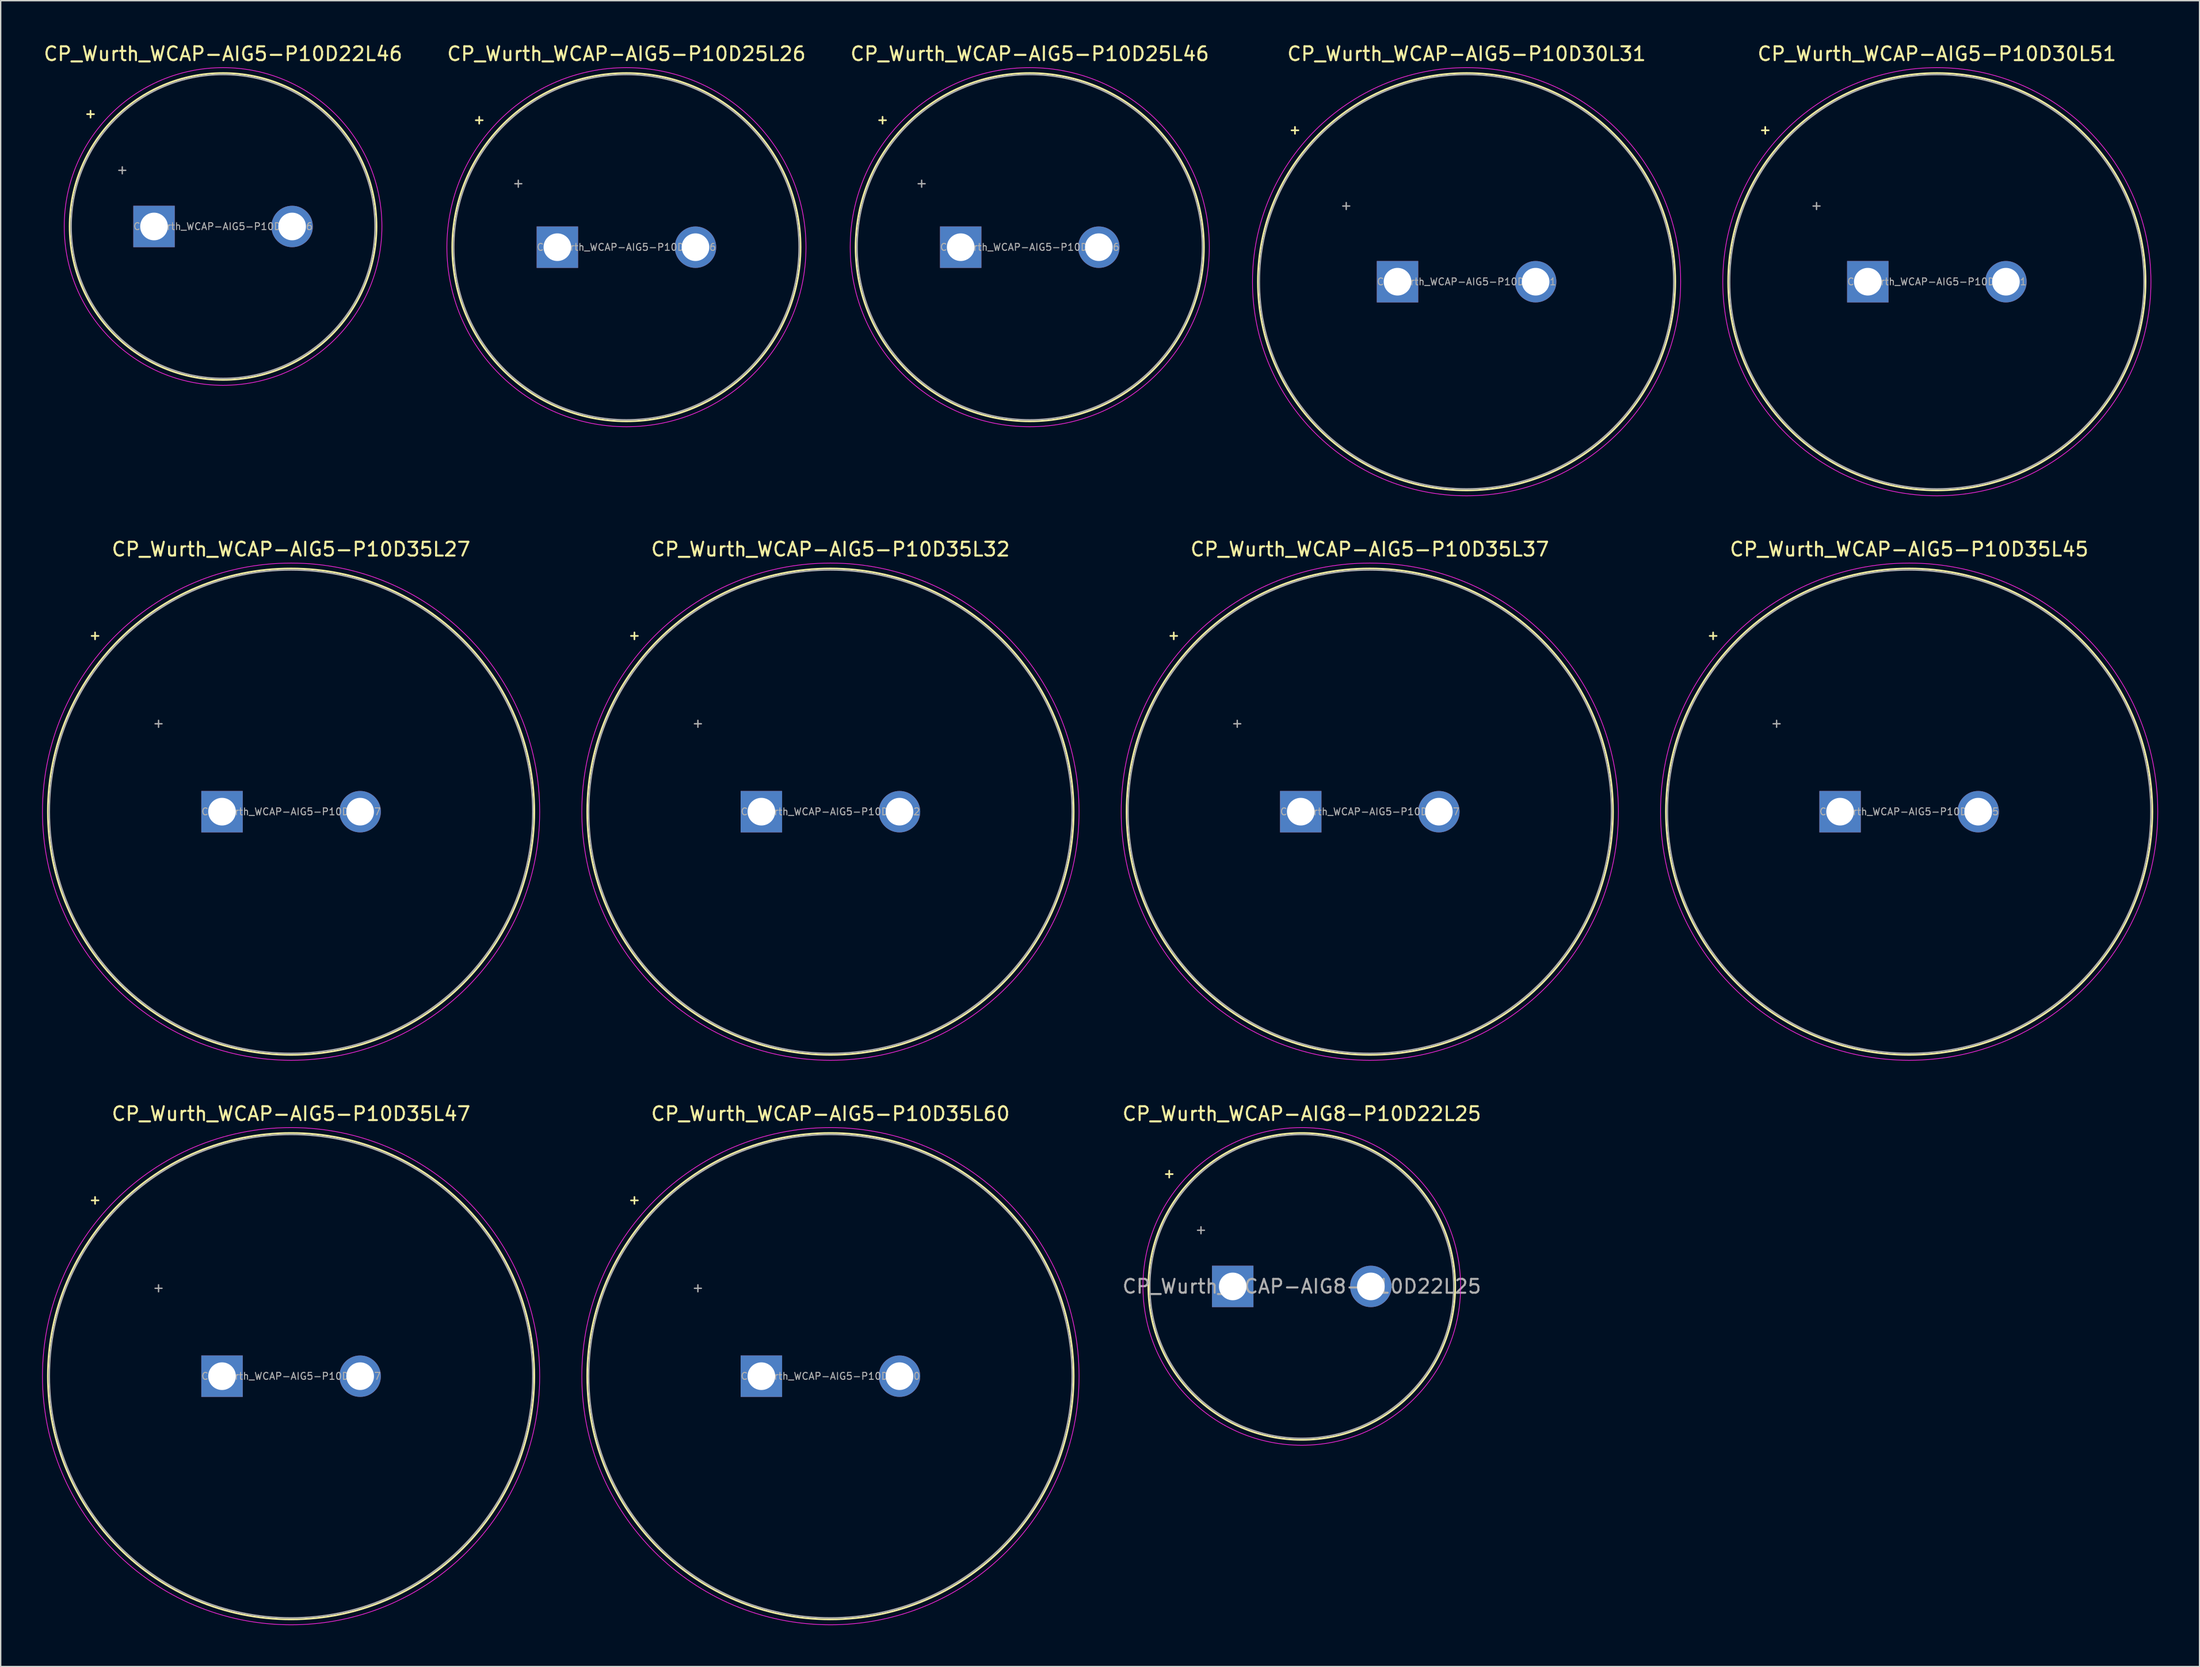
<source format=kicad_pcb>
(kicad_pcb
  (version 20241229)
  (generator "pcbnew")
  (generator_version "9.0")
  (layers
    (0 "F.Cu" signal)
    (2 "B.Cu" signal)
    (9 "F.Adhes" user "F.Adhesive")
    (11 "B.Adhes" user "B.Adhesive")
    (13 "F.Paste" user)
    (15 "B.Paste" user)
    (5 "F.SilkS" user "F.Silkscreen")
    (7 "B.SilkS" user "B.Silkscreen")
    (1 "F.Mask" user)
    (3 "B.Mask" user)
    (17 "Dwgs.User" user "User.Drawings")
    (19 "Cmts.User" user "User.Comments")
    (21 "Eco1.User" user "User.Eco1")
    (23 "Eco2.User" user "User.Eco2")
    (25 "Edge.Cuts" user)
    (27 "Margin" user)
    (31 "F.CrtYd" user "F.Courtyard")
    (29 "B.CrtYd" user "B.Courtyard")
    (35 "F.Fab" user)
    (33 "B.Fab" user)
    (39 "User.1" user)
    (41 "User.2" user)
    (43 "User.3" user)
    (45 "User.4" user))
  (footprint "CP_Wurth_WCAP-AIG5-P10D25L46"
    (layer "F.Cu")
    (at 66.506 14.848)
    (property "Reference" "CP_Wurth_WCAP-AIG5-P10D25L46" (at 5 -14 0) (unlocked yes) (layer "F.SilkS") (effects (font (size 1 1) (thickness 0.15))))
    (attr through_hole)
    (fp_line (start -5.907 -9.192) (end -5.407 -9.192) (stroke (width 0.12) (type solid)) (layer "F.SilkS"))
    (fp_line (start -5.657 -8.942) (end -5.657 -9.442) (stroke (width 0.12) (type solid)) (layer "F.SilkS"))
    (fp_circle (center 5 0) (end 17.61 0) (stroke (width 0.12) (type solid)) (fill no) (layer "F.SilkS"))
    (fp_circle (center 5 0) (end 18 0) (stroke (width 0.05) (type solid)) (fill no) (layer "F.CrtYd"))
    (fp_line (start -3.078 -4.596) (end -2.578 -4.596) (stroke (width 0.1) (type default)) (layer "F.Fab"))
    (fp_line (start -2.828 -4.346) (end -2.828 -4.846) (stroke (width 0.1) (type default)) (layer "F.Fab"))
    (fp_circle (center 5 0) (end 17.5 0) (stroke (width 0.1) (type solid)) (fill no) (layer "F.Fab"))
    (fp_text user "${REFERENCE}" (at 5 0 0) (unlocked yes) (layer "F.Fab") (effects (font (size 0.5 0.5) (thickness 0.075))))
    (pad "1" thru_hole rect (at 0 0) (size 3 3) (drill 2) (layers "*.Cu" "*.Mask"))
    (pad "2" thru_hole circle (at 10 0) (size 3 3) (drill 2) (layers "*.Cu" "*.Mask")))
  (footprint "CP_Wurth_WCAP-AIG5-P10D30L31"
    (layer "F.Cu")
    (at 98.132 17.348)
    (property "Reference" "CP_Wurth_WCAP-AIG5-P10D30L31" (at 5 -16.5 0) (unlocked yes) (layer "F.SilkS") (effects (font (size 1 1) (thickness 0.15))))
    (attr through_hole)
    (fp_line (start -7.675 -10.96) (end -7.175 -10.96) (stroke (width 0.12) (type solid)) (layer "F.SilkS"))
    (fp_line (start -7.425 -10.71) (end -7.425 -11.21) (stroke (width 0.12) (type solid)) (layer "F.SilkS"))
    (fp_circle (center 5 0) (end 20.11 0) (stroke (width 0.12) (type solid)) (fill no) (layer "F.SilkS"))
    (fp_circle (center 5 0) (end 20.5 0) (stroke (width 0.05) (type solid)) (fill no) (layer "F.CrtYd"))
    (fp_line (start -3.962 -5.48) (end -3.462 -5.48) (stroke (width 0.1) (type default)) (layer "F.Fab"))
    (fp_line (start -3.712 -5.23) (end -3.712 -5.73) (stroke (width 0.1) (type default)) (layer "F.Fab"))
    (fp_circle (center 5 0) (end 20 0) (stroke (width 0.1) (type solid)) (fill no) (layer "F.Fab"))
    (fp_text user "${REFERENCE}" (at 5 0 0) (unlocked yes) (layer "F.Fab") (effects (font (size 0.5 0.5) (thickness 0.075))))
    (pad "1" thru_hole rect (at 0 0) (size 3 3) (drill 2) (layers "*.Cu" "*.Mask"))
    (pad "2" thru_hole circle (at 10 0) (size 3 3) (drill 2) (layers "*.Cu" "*.Mask")))
  (footprint "CP_Wurth_WCAP-AIG5-P10D22L46"
    (layer "F.Cu")
    (at 8.101 13.348)
    (property "Reference" "CP_Wurth_WCAP-AIG5-P10D22L46" (at 5 -12.5 0) (unlocked yes) (layer "F.SilkS") (effects (font (size 1 1) (thickness 0.15))))
    (attr through_hole)
    (fp_line (start -4.846 -8.132) (end -4.346 -8.132) (stroke (width 0.12) (type solid)) (layer "F.SilkS"))
    (fp_line (start -4.596 -7.882) (end -4.596 -8.382) (stroke (width 0.12) (type solid)) (layer "F.SilkS"))
    (fp_circle (center 5 0) (end 16.11 0) (stroke (width 0.12) (type solid)) (fill no) (layer "F.SilkS"))
    (fp_circle (center 5 0) (end 16.5 0) (stroke (width 0.05) (type solid)) (fill no) (layer "F.CrtYd"))
    (fp_line (start -2.548 -4.066) (end -2.048 -4.066) (stroke (width 0.1) (type default)) (layer "F.Fab"))
    (fp_line (start -2.298 -3.816) (end -2.298 -4.316) (stroke (width 0.1) (type default)) (layer "F.Fab"))
    (fp_circle (center 5 0) (end 16 0) (stroke (width 0.1) (type solid)) (fill no) (layer "F.Fab"))
    (fp_text user "${REFERENCE}" (at 5 0 0) (unlocked yes) (layer "F.Fab") (effects (font (size 0.5 0.5) (thickness 0.075))))
    (pad "1" thru_hole rect (at 0 0) (size 3 3) (drill 2) (layers "*.Cu" "*.Mask"))
    (pad "2" thru_hole circle (at 10 0) (size 3 3) (drill 2) (layers "*.Cu" "*.Mask")))
  (footprint "CP_Wurth_WCAP-AIG5-P10D35L60"
    (layer "F.Cu")
    (at 52.075 96.595)
    (property "Reference" "CP_Wurth_WCAP-AIG5-P10D35L60" (at 5 -19 0) (unlocked yes) (layer "F.SilkS") (effects (font (size 1 1) (thickness 0.15))))
    (attr through_hole)
    (fp_line (start -9.442 -12.728) (end -8.942 -12.728) (stroke (width 0.12) (type solid)) (layer "F.SilkS"))
    (fp_line (start -9.192 -12.478) (end -9.192 -12.978) (stroke (width 0.12) (type solid)) (layer "F.SilkS"))
    (fp_circle (center 5 0) (end 22.61 0) (stroke (width 0.12) (type solid)) (fill no) (layer "F.SilkS"))
    (fp_circle (center 5 0) (end 23 0) (stroke (width 0.05) (type solid)) (fill no) (layer "F.CrtYd"))
    (fp_line (start -4.846 -6.364) (end -4.346 -6.364) (stroke (width 0.1) (type default)) (layer "F.Fab"))
    (fp_line (start -4.596 -6.114) (end -4.596 -6.614) (stroke (width 0.1) (type default)) (layer "F.Fab"))
    (fp_circle (center 5 0) (end 22.5 0) (stroke (width 0.1) (type solid)) (fill no) (layer "F.Fab"))
    (fp_text user "${REFERENCE}" (at 5 0 0) (unlocked yes) (layer "F.Fab") (effects (font (size 0.5 0.5) (thickness 0.075))))
    (pad "1" thru_hole rect (at 0 0) (size 3 3) (drill 2) (layers "*.Cu" "*.Mask"))
    (pad "2" thru_hole circle (at 10 0) (size 3 3) (drill 2) (layers "*.Cu" "*.Mask")))
  (footprint "CP_Wurth_WCAP-AIG5-P10D35L32"
    (layer "F.Cu")
    (at 52.075 55.721)
    (property "Reference" "CP_Wurth_WCAP-AIG5-P10D35L32" (at 5 -19 0) (unlocked yes) (layer "F.SilkS") (effects (font (size 1 1) (thickness 0.15))))
    (attr through_hole)
    (fp_line (start -9.442 -12.728) (end -8.942 -12.728) (stroke (width 0.12) (type solid)) (layer "F.SilkS"))
    (fp_line (start -9.192 -12.478) (end -9.192 -12.978) (stroke (width 0.12) (type solid)) (layer "F.SilkS"))
    (fp_circle (center 5 0) (end 22.61 0) (stroke (width 0.12) (type solid)) (fill no) (layer "F.SilkS"))
    (fp_circle (center 5 0) (end 23 0) (stroke (width 0.05) (type solid)) (fill no) (layer "F.CrtYd"))
    (fp_line (start -4.846 -6.364) (end -4.346 -6.364) (stroke (width 0.1) (type default)) (layer "F.Fab"))
    (fp_line (start -4.596 -6.114) (end -4.596 -6.614) (stroke (width 0.1) (type default)) (layer "F.Fab"))
    (fp_circle (center 5 0) (end 22.5 0) (stroke (width 0.1) (type solid)) (fill no) (layer "F.Fab"))
    (fp_text user "${REFERENCE}" (at 5 0 0) (unlocked yes) (layer "F.Fab") (effects (font (size 0.5 0.5) (thickness 0.075))))
    (pad "1" thru_hole rect (at 0 0) (size 3 3) (drill 2) (layers "*.Cu" "*.Mask"))
    (pad "2" thru_hole circle (at 10 0) (size 3 3) (drill 2) (layers "*.Cu" "*.Mask")))
  (footprint "CP_Wurth_WCAP-AIG5-P10D35L47"
    (layer "F.Cu")
    (at 13.025 96.595)
    (property "Reference" "CP_Wurth_WCAP-AIG5-P10D35L47" (at 5 -19 0) (unlocked yes) (layer "F.SilkS") (effects (font (size 1 1) (thickness 0.15))))
    (attr through_hole)
    (fp_line (start -9.442 -12.728) (end -8.942 -12.728) (stroke (width 0.12) (type solid)) (layer "F.SilkS"))
    (fp_line (start -9.192 -12.478) (end -9.192 -12.978) (stroke (width 0.12) (type solid)) (layer "F.SilkS"))
    (fp_circle (center 5 0) (end 22.61 0) (stroke (width 0.12) (type solid)) (fill no) (layer "F.SilkS"))
    (fp_circle (center 5 0) (end 23 0) (stroke (width 0.05) (type solid)) (fill no) (layer "F.CrtYd"))
    (fp_line (start -4.846 -6.364) (end -4.346 -6.364) (stroke (width 0.1) (type default)) (layer "F.Fab"))
    (fp_line (start -4.596 -6.114) (end -4.596 -6.614) (stroke (width 0.1) (type default)) (layer "F.Fab"))
    (fp_circle (center 5 0) (end 22.5 0) (stroke (width 0.1) (type solid)) (fill no) (layer "F.Fab"))
    (fp_text user "${REFERENCE}" (at 5 0 0) (unlocked yes) (layer "F.Fab") (effects (font (size 0.5 0.5) (thickness 0.075))))
    (pad "1" thru_hole rect (at 0 0) (size 3 3) (drill 2) (layers "*.Cu" "*.Mask"))
    (pad "2" thru_hole circle (at 10 0) (size 3 3) (drill 2) (layers "*.Cu" "*.Mask")))
  (footprint "CP_Wurth_WCAP-AIG5-P10D35L27"
    (layer "F.Cu")
    (at 13.025 55.721)
    (property "Reference" "CP_Wurth_WCAP-AIG5-P10D35L27" (at 5 -19 0) (unlocked yes) (layer "F.SilkS") (effects (font (size 1 1) (thickness 0.15))))
    (attr through_hole)
    (fp_line (start -9.442 -12.728) (end -8.942 -12.728) (stroke (width 0.12) (type solid)) (layer "F.SilkS"))
    (fp_line (start -9.192 -12.478) (end -9.192 -12.978) (stroke (width 0.12) (type solid)) (layer "F.SilkS"))
    (fp_circle (center 5 0) (end 22.61 0) (stroke (width 0.12) (type solid)) (fill no) (layer "F.SilkS"))
    (fp_circle (center 5 0) (end 23 0) (stroke (width 0.05) (type solid)) (fill no) (layer "F.CrtYd"))
    (fp_line (start -4.846 -6.364) (end -4.346 -6.364) (stroke (width 0.1) (type default)) (layer "F.Fab"))
    (fp_line (start -4.596 -6.114) (end -4.596 -6.614) (stroke (width 0.1) (type default)) (layer "F.Fab"))
    (fp_circle (center 5 0) (end 22.5 0) (stroke (width 0.1) (type solid)) (fill no) (layer "F.Fab"))
    (fp_text user "${REFERENCE}" (at 5 0 0) (unlocked yes) (layer "F.Fab") (effects (font (size 0.5 0.5) (thickness 0.075))))
    (pad "1" thru_hole rect (at 0 0) (size 3 3) (drill 2) (layers "*.Cu" "*.Mask"))
    (pad "2" thru_hole circle (at 10 0) (size 3 3) (drill 2) (layers "*.Cu" "*.Mask")))
  (footprint "CP_Wurth_WCAP-AIG5-P10D30L51"
    (layer "F.Cu")
    (at 132.182 17.348)
    (property "Reference" "CP_Wurth_WCAP-AIG5-P10D30L51" (at 5 -16.5 0) (unlocked yes) (layer "F.SilkS") (effects (font (size 1 1) (thickness 0.15))))
    (attr through_hole)
    (fp_line (start -7.675 -10.96) (end -7.175 -10.96) (stroke (width 0.12) (type solid)) (layer "F.SilkS"))
    (fp_line (start -7.425 -10.71) (end -7.425 -11.21) (stroke (width 0.12) (type solid)) (layer "F.SilkS"))
    (fp_circle (center 5 0) (end 20.11 0) (stroke (width 0.12) (type solid)) (fill no) (layer "F.SilkS"))
    (fp_circle (center 5 0) (end 20.5 0) (stroke (width 0.05) (type solid)) (fill no) (layer "F.CrtYd"))
    (fp_line (start -3.962 -5.48) (end -3.462 -5.48) (stroke (width 0.1) (type default)) (layer "F.Fab"))
    (fp_line (start -3.712 -5.23) (end -3.712 -5.73) (stroke (width 0.1) (type default)) (layer "F.Fab"))
    (fp_circle (center 5 0) (end 20 0) (stroke (width 0.1) (type solid)) (fill no) (layer "F.Fab"))
    (fp_text user "${REFERENCE}" (at 5 0 0) (unlocked yes) (layer "F.Fab") (effects (font (size 0.5 0.5) (thickness 0.075))))
    (pad "1" thru_hole rect (at 0 0) (size 3 3) (drill 2) (layers "*.Cu" "*.Mask"))
    (pad "2" thru_hole circle (at 10 0) (size 3 3) (drill 2) (layers "*.Cu" "*.Mask")))
  (footprint "CP_Wurth_WCAP-AIG5-P10D25L26"
    (layer "F.Cu")
    (at 37.304 14.848)
    (property "Reference" "CP_Wurth_WCAP-AIG5-P10D25L26" (at 5 -14 0) (unlocked yes) (layer "F.SilkS") (effects (font (size 1 1) (thickness 0.15))))
    (attr through_hole)
    (fp_line (start -5.907 -9.192) (end -5.407 -9.192) (stroke (width 0.12) (type solid)) (layer "F.SilkS"))
    (fp_line (start -5.657 -8.942) (end -5.657 -9.442) (stroke (width 0.12) (type solid)) (layer "F.SilkS"))
    (fp_circle (center 5 0) (end 17.61 0) (stroke (width 0.12) (type solid)) (fill no) (layer "F.SilkS"))
    (fp_circle (center 5 0) (end 18 0) (stroke (width 0.05) (type solid)) (fill no) (layer "F.CrtYd"))
    (fp_line (start -3.078 -4.596) (end -2.578 -4.596) (stroke (width 0.1) (type default)) (layer "F.Fab"))
    (fp_line (start -2.828 -4.346) (end -2.828 -4.846) (stroke (width 0.1) (type default)) (layer "F.Fab"))
    (fp_circle (center 5 0) (end 17.5 0) (stroke (width 0.1) (type solid)) (fill no) (layer "F.Fab"))
    (fp_text user "${REFERENCE}" (at 5 0 0) (unlocked yes) (layer "F.Fab") (effects (font (size 0.5 0.5) (thickness 0.075))))
    (pad "1" thru_hole rect (at 0 0) (size 3 3) (drill 2) (layers "*.Cu" "*.Mask"))
    (pad "2" thru_hole circle (at 10 0) (size 3 3) (drill 2) (layers "*.Cu" "*.Mask")))
  (footprint "CP_Wurth_WCAP-AIG8-P10D22L25"
    (layer "F.Cu")
    (at 86.201 90.095)
    (property "Reference" "CP_Wurth_WCAP-AIG8-P10D22L25" (at 5 -12.5 0) (unlocked yes) (layer "F.SilkS") (effects (font (size 1 1) (thickness 0.15))))
    (attr through_hole)
    (fp_line (start -4.846 -8.132) (end -4.346 -8.132) (stroke (width 0.12) (type solid)) (layer "F.SilkS"))
    (fp_line (start -4.596 -7.882) (end -4.596 -8.382) (stroke (width 0.12) (type solid)) (layer "F.SilkS"))
    (fp_circle (center 5 0) (end 16.11 0) (stroke (width 0.12) (type solid)) (fill no) (layer "F.SilkS"))
    (fp_circle (center 5 0) (end 16.5 0) (stroke (width 0.05) (type solid)) (fill no) (layer "F.CrtYd"))
    (fp_line (start -2.548 -4.066) (end -2.048 -4.066) (stroke (width 0.1) (type default)) (layer "F.Fab"))
    (fp_line (start -2.298 -3.816) (end -2.298 -4.316) (stroke (width 0.1) (type default)) (layer "F.Fab"))
    (fp_circle (center 5 0) (end 16 0) (stroke (width 0.1) (type solid)) (fill no) (layer "F.Fab"))
    (fp_text user "${REFERENCE}" (at 5 0 0) (unlocked yes) (layer "F.Fab") (effects (font (size 1 1) (thickness 0.15))))
    (pad "1" thru_hole rect (at 0 0) (size 3 3) (drill 2) (layers "*.Cu" "*.Mask"))
    (pad "2" thru_hole circle (at 10 0) (size 3 3) (drill 2) (layers "*.Cu" "*.Mask")))
  (footprint "CP_Wurth_WCAP-AIG5-P10D35L37"
    (layer "F.Cu")
    (at 91.125 55.721)
    (property "Reference" "CP_Wurth_WCAP-AIG5-P10D35L37" (at 5 -19 0) (unlocked yes) (layer "F.SilkS") (effects (font (size 1 1) (thickness 0.15))))
    (attr through_hole)
    (fp_line (start -9.442 -12.728) (end -8.942 -12.728) (stroke (width 0.12) (type solid)) (layer "F.SilkS"))
    (fp_line (start -9.192 -12.478) (end -9.192 -12.978) (stroke (width 0.12) (type solid)) (layer "F.SilkS"))
    (fp_circle (center 5 0) (end 22.61 0) (stroke (width 0.12) (type solid)) (fill no) (layer "F.SilkS"))
    (fp_circle (center 5 0) (end 23 0) (stroke (width 0.05) (type solid)) (fill no) (layer "F.CrtYd"))
    (fp_line (start -4.846 -6.364) (end -4.346 -6.364) (stroke (width 0.1) (type default)) (layer "F.Fab"))
    (fp_line (start -4.596 -6.114) (end -4.596 -6.614) (stroke (width 0.1) (type default)) (layer "F.Fab"))
    (fp_circle (center 5 0) (end 22.5 0) (stroke (width 0.1) (type solid)) (fill no) (layer "F.Fab"))
    (fp_text user "${REFERENCE}" (at 5 0 0) (unlocked yes) (layer "F.Fab") (effects (font (size 0.5 0.5) (thickness 0.075))))
    (pad "1" thru_hole rect (at 0 0) (size 3 3) (drill 2) (layers "*.Cu" "*.Mask"))
    (pad "2" thru_hole circle (at 10 0) (size 3 3) (drill 2) (layers "*.Cu" "*.Mask")))
  (footprint "CP_Wurth_WCAP-AIG5-P10D35L45"
    (layer "F.Cu")
    (at 130.175 55.721)
    (property "Reference" "CP_Wurth_WCAP-AIG5-P10D35L45" (at 5 -19 0) (unlocked yes) (layer "F.SilkS") (effects (font (size 1 1) (thickness 0.15))))
    (attr through_hole)
    (fp_line (start -9.442 -12.728) (end -8.942 -12.728) (stroke (width 0.12) (type solid)) (layer "F.SilkS"))
    (fp_line (start -9.192 -12.478) (end -9.192 -12.978) (stroke (width 0.12) (type solid)) (layer "F.SilkS"))
    (fp_circle (center 5 0) (end 22.61 0) (stroke (width 0.12) (type solid)) (fill no) (layer "F.SilkS"))
    (fp_circle (center 5 0) (end 23 0) (stroke (width 0.05) (type solid)) (fill no) (layer "F.CrtYd"))
    (fp_line (start -4.846 -6.364) (end -4.346 -6.364) (stroke (width 0.1) (type default)) (layer "F.Fab"))
    (fp_line (start -4.596 -6.114) (end -4.596 -6.614) (stroke (width 0.1) (type default)) (layer "F.Fab"))
    (fp_circle (center 5 0) (end 22.5 0) (stroke (width 0.1) (type solid)) (fill no) (layer "F.Fab"))
    (fp_text user "${REFERENCE}" (at 5 0 0) (unlocked yes) (layer "F.Fab") (effects (font (size 0.5 0.5) (thickness 0.075))))
    (pad "1" thru_hole rect (at 0 0) (size 3 3) (drill 2) (layers "*.Cu" "*.Mask"))
    (pad "2" thru_hole circle (at 10 0) (size 3 3) (drill 2) (layers "*.Cu" "*.Mask")))
  (gr_rect
    (start -3 -3)
    (end 156.2 117.62)
    (stroke (width 0.1) (type default))
    (fill no)
    (layer "Edge.Cuts")))
</source>
